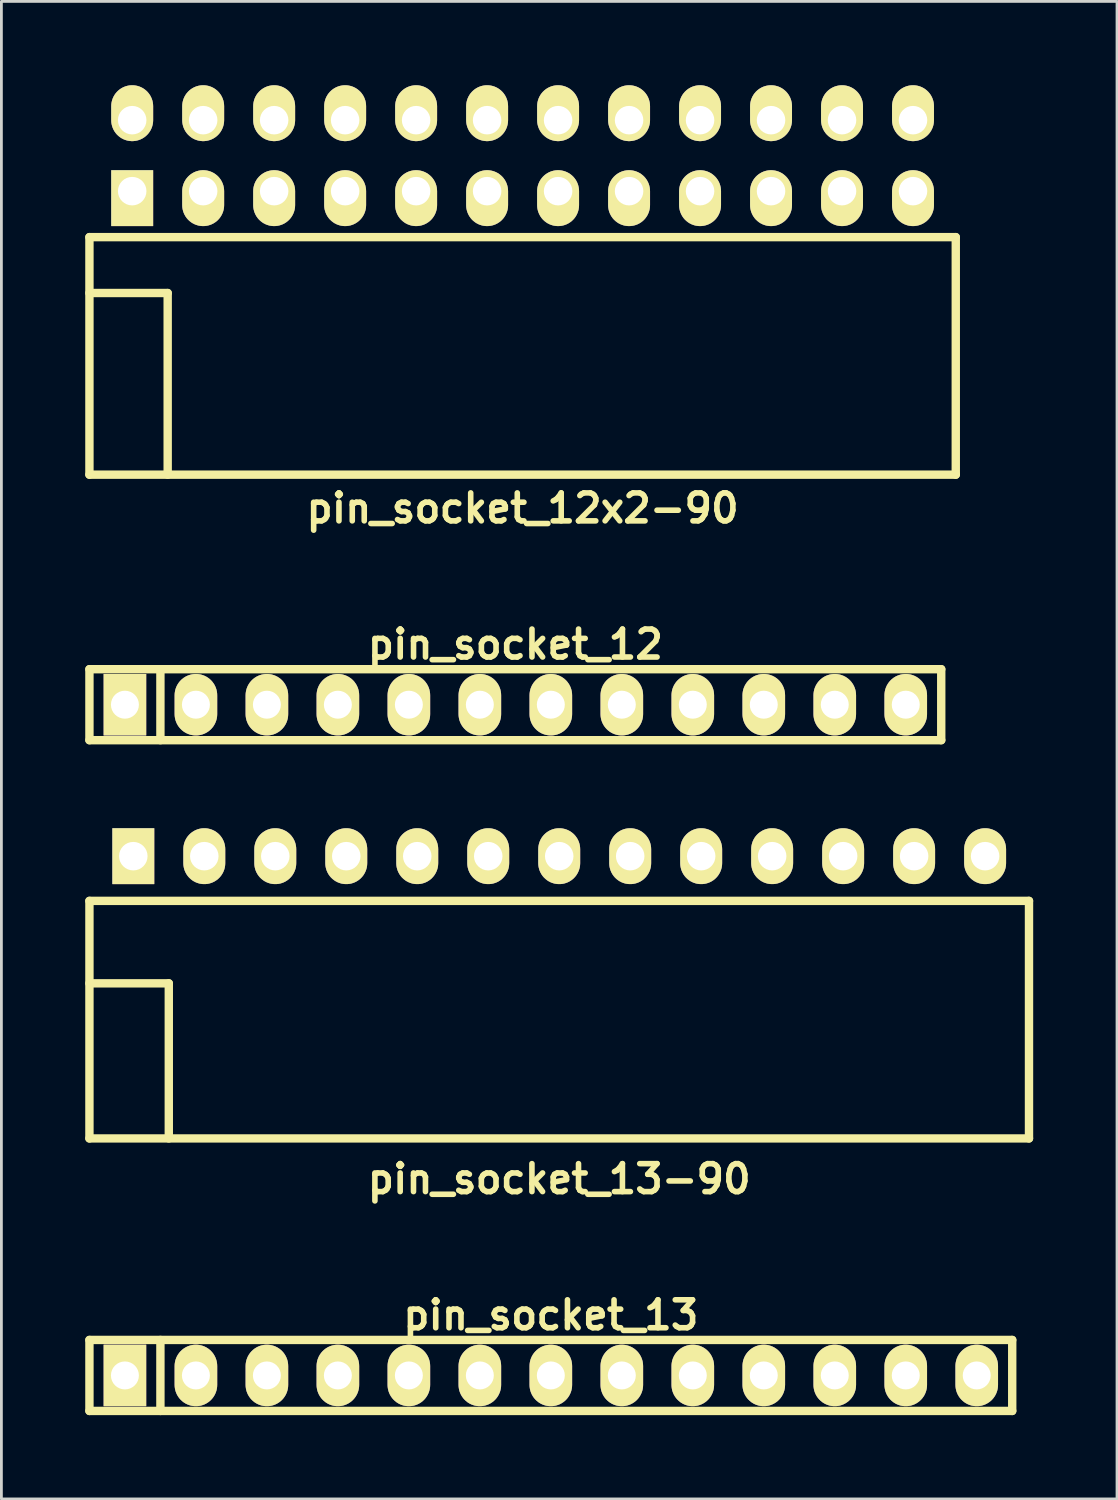
<source format=kicad_pcb>
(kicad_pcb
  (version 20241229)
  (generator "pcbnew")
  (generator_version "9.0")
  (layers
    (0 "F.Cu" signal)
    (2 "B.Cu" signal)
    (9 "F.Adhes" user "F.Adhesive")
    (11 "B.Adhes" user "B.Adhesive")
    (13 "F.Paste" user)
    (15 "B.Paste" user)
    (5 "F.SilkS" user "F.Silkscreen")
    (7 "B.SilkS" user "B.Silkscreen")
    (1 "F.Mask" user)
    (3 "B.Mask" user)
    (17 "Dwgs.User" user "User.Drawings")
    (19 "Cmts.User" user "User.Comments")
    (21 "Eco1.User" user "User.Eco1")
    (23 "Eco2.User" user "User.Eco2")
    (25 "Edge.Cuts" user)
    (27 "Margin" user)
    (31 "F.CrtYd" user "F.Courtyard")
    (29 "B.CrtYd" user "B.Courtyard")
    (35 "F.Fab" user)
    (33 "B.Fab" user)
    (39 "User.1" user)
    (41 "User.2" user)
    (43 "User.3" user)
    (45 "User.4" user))
  (footprint "pin_socket_12"
    (layer "F.Cu")
    (at 15.39 22.166)
    (property "Reference" "pin_socket_12" (at 0 -2.159 0) (layer "F.SilkS") (effects (font (size 1 1) (thickness 0.2))))
    (attr through_hole)
    (fp_line (start -15.24 -1.27) (end 15.24 -1.27) (stroke (width 0.3) (type solid)) (layer "F.SilkS"))
    (fp_line (start -15.24 1.27) (end -15.24 -1.27) (stroke (width 0.3) (type solid)) (layer "F.SilkS"))
    (fp_line (start -12.7 -1.27) (end -12.7 1.27) (stroke (width 0.3) (type solid)) (layer "F.SilkS"))
    (fp_line (start 15.24 -1.27) (end 15.24 1.27) (stroke (width 0.3) (type solid)) (layer "F.SilkS"))
    (fp_line (start 15.24 1.27) (end -15.24 1.27) (stroke (width 0.3) (type solid)) (layer "F.SilkS"))
    (pad "1" thru_hole rect (at -13.97 0) (size 1.524 2.2) (drill 1.001) (layers "*.Cu" "*.Mask" "F.SilkS"))
    (pad "2" thru_hole oval (at -11.43 0) (size 1.524 2.2) (drill 1.001) (layers "*.Cu" "*.Mask" "F.SilkS"))
    (pad "3" thru_hole oval (at -8.89 0) (size 1.524 2.2) (drill 1.001) (layers "*.Cu" "*.Mask" "F.SilkS"))
    (pad "4" thru_hole oval (at -6.35 0) (size 1.524 2.2) (drill 1.001) (layers "*.Cu" "*.Mask" "F.SilkS"))
    (pad "5" thru_hole oval (at -3.81 0) (size 1.524 2.2) (drill 1.001) (layers "*.Cu" "*.Mask" "F.SilkS"))
    (pad "6" thru_hole oval (at -1.27 0) (size 1.524 2.2) (drill 1.001) (layers "*.Cu" "*.Mask" "F.SilkS"))
    (pad "7" thru_hole oval (at 1.27 0) (size 1.524 2.2) (drill 1.001) (layers "*.Cu" "*.Mask" "F.SilkS"))
    (pad "8" thru_hole oval (at 3.81 0) (size 1.524 2.2) (drill 1.001) (layers "*.Cu" "*.Mask" "F.SilkS"))
    (pad "9" thru_hole oval (at 6.35 0) (size 1.524 2.2) (drill 1.001) (layers "*.Cu" "*.Mask" "F.SilkS"))
    (pad "10" thru_hole oval (at 8.89 0) (size 1.524 2.2) (drill 1.001) (layers "*.Cu" "*.Mask" "F.SilkS"))
    (pad "11" thru_hole oval (at 11.43 0) (size 1.524 2.2) (drill 1.001) (layers "*.Cu" "*.Mask" "F.SilkS"))
    (pad "12" thru_hole oval (at 13.97 0) (size 1.524 2.2) (drill 1.001) (layers "*.Cu" "*.Mask" "F.SilkS")))
  (footprint "pin_socket_13-90"
    (layer "F.Cu")
    (at 16.96 32.136)
    (property "Reference" "pin_socket_13-90" (at 0 7 0) (layer "F.SilkS") (effects (font (size 1 1) (thickness 0.2))))
    (attr through_hole)
    (fp_line (start -16.81 -2.95) (end -16.81 5.55) (stroke (width 0.3) (type solid)) (layer "F.SilkS"))
    (fp_line (start -16.81 -2.95) (end 16.81 -2.95) (stroke (width 0.3) (type solid)) (layer "F.SilkS"))
    (fp_line (start -16.81 0) (end -13.97 0) (stroke (width 0.3) (type solid)) (layer "F.SilkS"))
    (fp_line (start -16.81 5.55) (end 16.81 5.55) (stroke (width 0.3) (type solid)) (layer "F.SilkS"))
    (fp_line (start -13.97 0) (end -13.97 5.55) (stroke (width 0.3) (type solid)) (layer "F.SilkS"))
    (fp_line (start 16.81 -2.95) (end 16.81 5.55) (stroke (width 0.3) (type solid)) (layer "F.SilkS"))
    (pad "1" thru_hole rect (at -15.24 -4.55) (size 1.5 2) (drill 1.02) (layers "*.Cu" "*.Mask" "F.SilkS"))
    (pad "2" thru_hole oval (at -12.7 -4.55) (size 1.5 2) (drill 1.02) (layers "*.Cu" "*.Mask" "F.SilkS"))
    (pad "3" thru_hole oval (at -10.16 -4.55) (size 1.5 2) (drill 1.02) (layers "*.Cu" "*.Mask" "F.SilkS"))
    (pad "4" thru_hole oval (at -7.62 -4.55) (size 1.5 2) (drill 1.02) (layers "*.Cu" "*.Mask" "F.SilkS"))
    (pad "5" thru_hole oval (at -5.08 -4.55) (size 1.5 2) (drill 1.02) (layers "*.Cu" "*.Mask" "F.SilkS"))
    (pad "6" thru_hole oval (at -2.54 -4.55) (size 1.5 2) (drill 1.02) (layers "*.Cu" "*.Mask" "F.SilkS"))
    (pad "7" thru_hole oval (at 0 -4.55) (size 1.5 2) (drill 1.02) (layers "*.Cu" "*.Mask" "F.SilkS"))
    (pad "8" thru_hole oval (at 2.54 -4.55) (size 1.5 2) (drill 1.02) (layers "*.Cu" "*.Mask" "F.SilkS"))
    (pad "9" thru_hole oval (at 5.08 -4.55) (size 1.5 2) (drill 1.02) (layers "*.Cu" "*.Mask" "F.SilkS"))
    (pad "10" thru_hole oval (at 7.62 -4.55) (size 1.5 2) (drill 1.02) (layers "*.Cu" "*.Mask" "F.SilkS"))
    (pad "12" thru_hole oval (at 12.7 -4.55) (size 1.5 2) (drill 1.02) (layers "*.Cu" "*.Mask" "F.SilkS"))
    (pad "13" thru_hole oval (at 15.24 -4.55) (size 1.5 2) (drill 1.02) (layers "*.Cu" "*.Mask" "F.SilkS"))
    (pad "1121" thru_hole oval (at 10.16 -4.55) (size 1.5 2) (drill 1.02) (layers "*.Cu" "*.Mask" "F.SilkS")))
  (footprint "pin_socket_13"
    (layer "F.Cu")
    (at 16.66 46.167)
    (property "Reference" "pin_socket_13" (at 0 -2.159 0) (layer "F.SilkS") (effects (font (size 1 1) (thickness 0.2))))
    (attr through_hole)
    (fp_line (start -16.51 -1.27) (end 16.51 -1.27) (stroke (width 0.3) (type solid)) (layer "F.SilkS"))
    (fp_line (start -16.51 1.27) (end -16.51 -1.27) (stroke (width 0.3) (type solid)) (layer "F.SilkS"))
    (fp_line (start -13.97 -1.27) (end -13.97 1.27) (stroke (width 0.3) (type solid)) (layer "F.SilkS"))
    (fp_line (start 16.51 -1.27) (end 16.51 1.27) (stroke (width 0.3) (type solid)) (layer "F.SilkS"))
    (fp_line (start 16.51 1.27) (end -16.51 1.27) (stroke (width 0.3) (type solid)) (layer "F.SilkS"))
    (pad "1" thru_hole rect (at -15.24 0) (size 1.524 2.2) (drill 1.001) (layers "*.Cu" "*.Mask" "F.SilkS"))
    (pad "2" thru_hole oval (at -12.7 0) (size 1.524 2.2) (drill 1.001) (layers "*.Cu" "*.Mask" "F.SilkS"))
    (pad "3" thru_hole oval (at -10.16 0) (size 1.524 2.2) (drill 1.001) (layers "*.Cu" "*.Mask" "F.SilkS"))
    (pad "4" thru_hole oval (at -7.62 0) (size 1.524 2.2) (drill 1.001) (layers "*.Cu" "*.Mask" "F.SilkS"))
    (pad "5" thru_hole oval (at -5.08 0) (size 1.524 2.2) (drill 1.001) (layers "*.Cu" "*.Mask" "F.SilkS"))
    (pad "6" thru_hole oval (at -2.54 0) (size 1.524 2.2) (drill 1.001) (layers "*.Cu" "*.Mask" "F.SilkS"))
    (pad "7" thru_hole oval (at 0 0) (size 1.524 2.2) (drill 1.001) (layers "*.Cu" "*.Mask" "F.SilkS"))
    (pad "8" thru_hole oval (at 2.54 0) (size 1.524 2.2) (drill 1.001) (layers "*.Cu" "*.Mask" "F.SilkS"))
    (pad "9" thru_hole oval (at 5.08 0) (size 1.524 2.2) (drill 1.001) (layers "*.Cu" "*.Mask" "F.SilkS"))
    (pad "10" thru_hole oval (at 7.62 0) (size 1.524 2.2) (drill 1.001) (layers "*.Cu" "*.Mask" "F.SilkS"))
    (pad "11" thru_hole oval (at 10.16 0) (size 1.524 2.2) (drill 1.001) (layers "*.Cu" "*.Mask" "F.SilkS"))
    (pad "12" thru_hole oval (at 12.7 0) (size 1.524 2.2) (drill 1.001) (layers "*.Cu" "*.Mask" "F.SilkS"))
    (pad "13" thru_hole oval (at 15.24 0) (size 1.524 2.2) (drill 1.001) (layers "*.Cu" "*.Mask" "F.SilkS")))
  (footprint "pin_socket_12x2-90"
    (layer "F.Cu")
    (at 15.65 7.435)
    (property "Reference" "pin_socket_12x2-90" (at 0 7.7 0) (layer "F.SilkS") (effects (font (size 1 1) (thickness 0.2))))
    (attr through_hole)
    (fp_line (start -15.5 -2) (end -15.5 6.5) (stroke (width 0.3) (type solid)) (layer "F.SilkS"))
    (fp_line (start -15.5 -2) (end 15.5 -2) (stroke (width 0.3) (type solid)) (layer "F.SilkS"))
    (fp_line (start -15.5 0) (end -12.7 0) (stroke (width 0.3) (type solid)) (layer "F.SilkS"))
    (fp_line (start -15.5 6.5) (end 15.5 6.5) (stroke (width 0.3) (type solid)) (layer "F.SilkS"))
    (fp_line (start -12.7 0) (end -12.7 6.5) (stroke (width 0.3) (type solid)) (layer "F.SilkS"))
    (fp_line (start 15.5 -2) (end 15.5 6.5) (stroke (width 0.3) (type solid)) (layer "F.SilkS"))
    (pad "1" thru_hole rect (at -13.97 -3.645) (size 1.5 2) (drill 1.02 (offset 0 0.25)) (layers "*.Cu" "*.Mask" "F.SilkS"))
    (pad "2" thru_hole oval (at -13.97 -6.185) (size 1.5 2) (drill 1.02 (offset 0 -0.25)) (layers "*.Cu" "*.Mask" "F.SilkS"))
    (pad "3" thru_hole oval (at -11.43 -3.645) (size 1.5 2) (drill 1.02 (offset 0 0.25)) (layers "*.Cu" "*.Mask" "F.SilkS"))
    (pad "4" thru_hole oval (at -11.43 -6.185) (size 1.5 2) (drill 1.02 (offset 0 -0.25)) (layers "*.Cu" "*.Mask" "F.SilkS"))
    (pad "5" thru_hole oval (at -8.89 -3.645) (size 1.5 2) (drill 1.02 (offset 0 0.25)) (layers "*.Cu" "*.Mask" "F.SilkS"))
    (pad "6" thru_hole oval (at -8.89 -6.185) (size 1.5 2) (drill 1.02 (offset 0 -0.25)) (layers "*.Cu" "*.Mask" "F.SilkS"))
    (pad "7" thru_hole oval (at -6.35 -3.645) (size 1.5 2) (drill 1.02 (offset 0 0.25)) (layers "*.Cu" "*.Mask" "F.SilkS"))
    (pad "8" thru_hole oval (at -6.35 -6.185) (size 1.5 2) (drill 1.02 (offset 0 -0.25)) (layers "*.Cu" "*.Mask" "F.SilkS"))
    (pad "9" thru_hole oval (at -3.81 -3.645) (size 1.5 2) (drill 1.02 (offset 0 0.25)) (layers "*.Cu" "*.Mask" "F.SilkS"))
    (pad "10" thru_hole oval (at -3.81 -6.185) (size 1.5 2) (drill 1.02 (offset 0 -0.25)) (layers "*.Cu" "*.Mask" "F.SilkS"))
    (pad "11" thru_hole oval (at -1.27 -3.645) (size 1.5 2) (drill 1.02 (offset 0 0.25)) (layers "*.Cu" "*.Mask" "F.SilkS"))
    (pad "12" thru_hole oval (at -1.27 -6.185) (size 1.5 2) (drill 1.02 (offset 0 -0.25)) (layers "*.Cu" "*.Mask" "F.SilkS"))
    (pad "13" thru_hole oval (at 1.27 -3.645) (size 1.5 2) (drill 1.02 (offset 0 0.25)) (layers "*.Cu" "*.Mask" "F.SilkS"))
    (pad "14" thru_hole oval (at 1.27 -6.185) (size 1.5 2) (drill 1.02 (offset 0 -0.25)) (layers "*.Cu" "*.Mask" "F.SilkS"))
    (pad "15" thru_hole oval (at 3.81 -3.645) (size 1.5 2) (drill 1.02 (offset 0 0.25)) (layers "*.Cu" "*.Mask" "F.SilkS"))
    (pad "16" thru_hole oval (at 3.81 -6.185) (size 1.5 2) (drill 1.02 (offset 0 -0.25)) (layers "*.Cu" "*.Mask" "F.SilkS"))
    (pad "17" thru_hole oval (at 6.35 -3.645) (size 1.5 2) (drill 1.02 (offset 0 0.25)) (layers "*.Cu" "*.Mask" "F.SilkS"))
    (pad "18" thru_hole oval (at 6.35 -6.185) (size 1.5 2) (drill 1.02 (offset 0 -0.25)) (layers "*.Cu" "*.Mask" "F.SilkS"))
    (pad "19" thru_hole oval (at 8.89 -3.645) (size 1.5 2) (drill 1.02 (offset 0 0.25)) (layers "*.Cu" "*.Mask" "F.SilkS"))
    (pad "20" thru_hole oval (at 8.89 -6.185) (size 1.5 2) (drill 1.02 (offset 0 -0.25)) (layers "*.Cu" "*.Mask" "F.SilkS"))
    (pad "21" thru_hole oval (at 11.43 -3.645) (size 1.5 2) (drill 1.02 (offset 0 0.25)) (layers "*.Cu" "*.Mask" "F.SilkS"))
    (pad "22" thru_hole oval (at 11.43 -6.185) (size 1.5 2) (drill 1.02 (offset 0 -0.25)) (layers "*.Cu" "*.Mask" "F.SilkS"))
    (pad "23" thru_hole oval (at 13.97 -3.645) (size 1.5 2) (drill 1.02 (offset 0 0.25)) (layers "*.Cu" "*.Mask" "F.SilkS"))
    (pad "24" thru_hole oval (at 13.97 -6.185) (size 1.5 2) (drill 1.02 (offset 0 -0.25)) (layers "*.Cu" "*.Mask" "F.SilkS")))
  (gr_rect
    (start -3 -3)
    (end 36.92 50.587)
    (stroke (width 0.1) (type default))
    (fill no)
    (layer "Edge.Cuts")))
</source>
